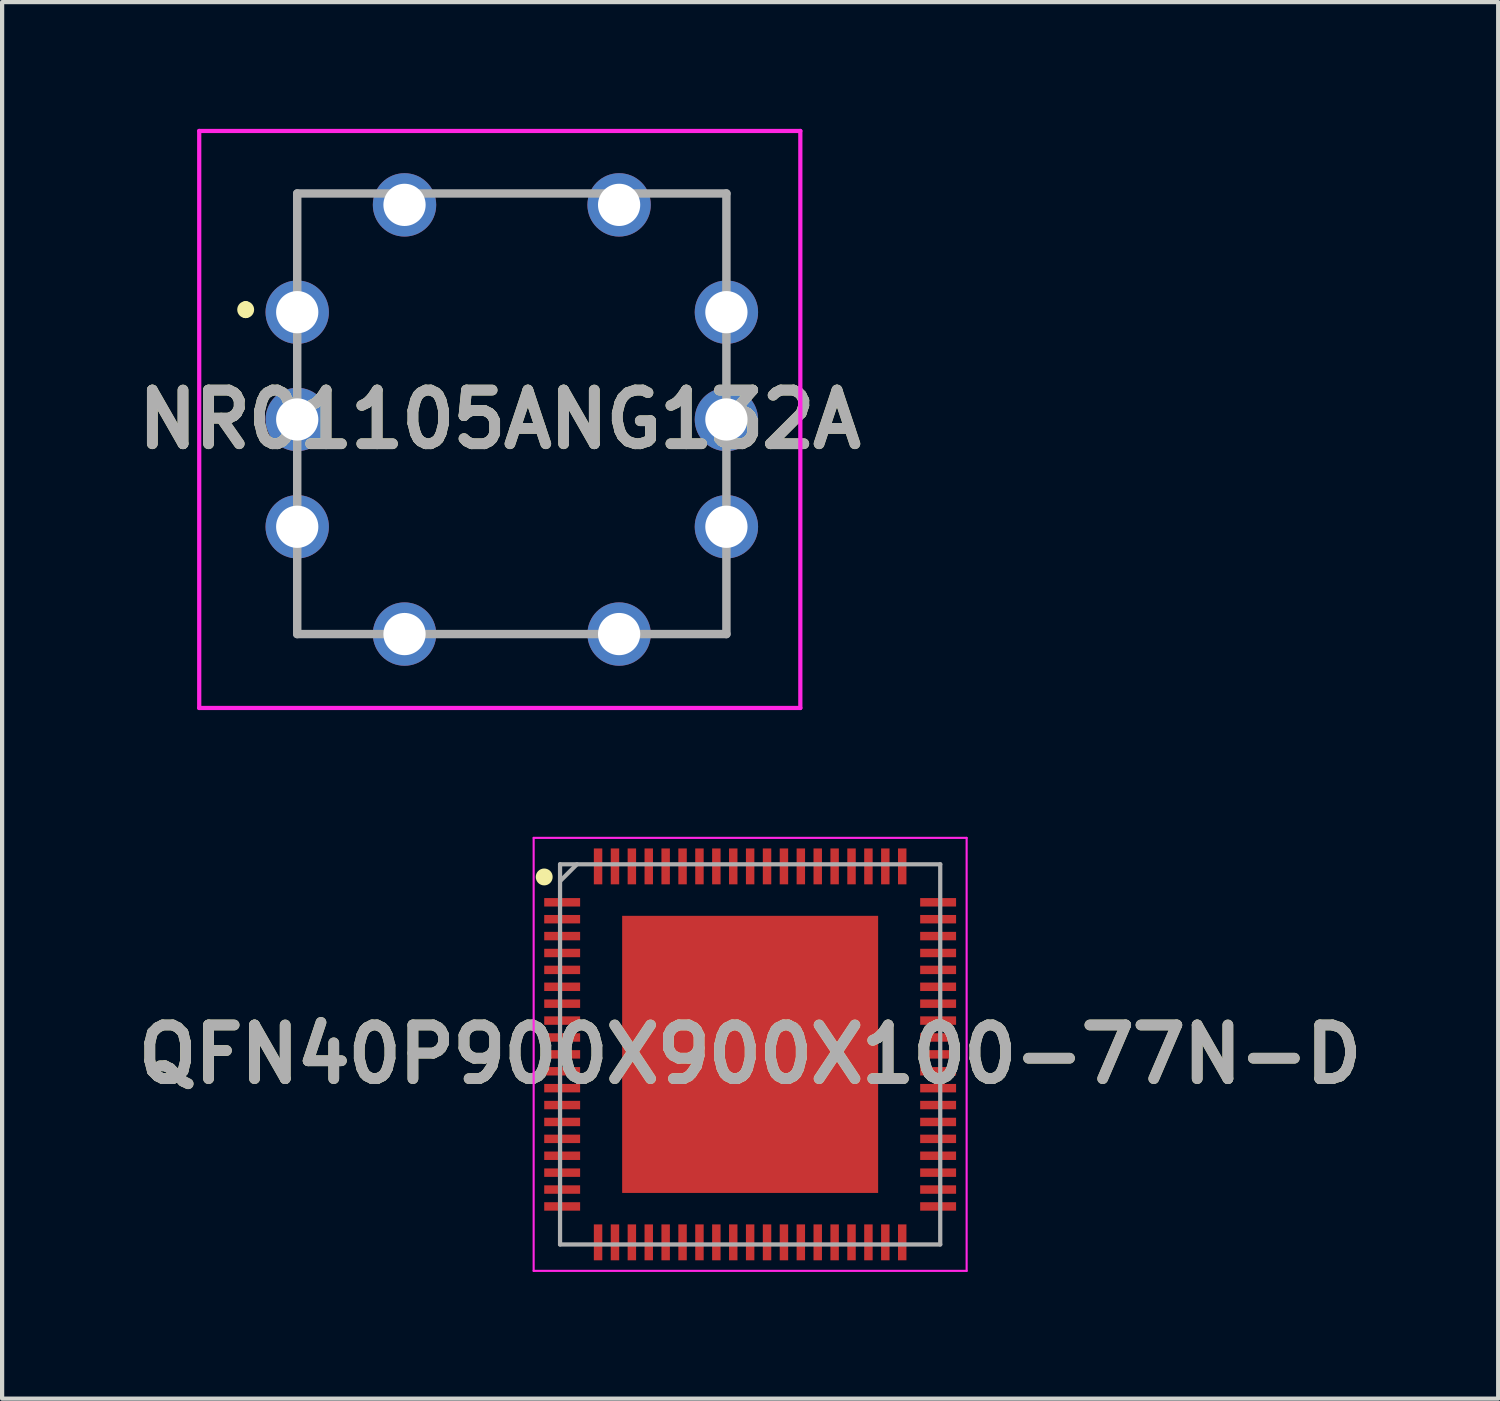
<source format=kicad_pcb>
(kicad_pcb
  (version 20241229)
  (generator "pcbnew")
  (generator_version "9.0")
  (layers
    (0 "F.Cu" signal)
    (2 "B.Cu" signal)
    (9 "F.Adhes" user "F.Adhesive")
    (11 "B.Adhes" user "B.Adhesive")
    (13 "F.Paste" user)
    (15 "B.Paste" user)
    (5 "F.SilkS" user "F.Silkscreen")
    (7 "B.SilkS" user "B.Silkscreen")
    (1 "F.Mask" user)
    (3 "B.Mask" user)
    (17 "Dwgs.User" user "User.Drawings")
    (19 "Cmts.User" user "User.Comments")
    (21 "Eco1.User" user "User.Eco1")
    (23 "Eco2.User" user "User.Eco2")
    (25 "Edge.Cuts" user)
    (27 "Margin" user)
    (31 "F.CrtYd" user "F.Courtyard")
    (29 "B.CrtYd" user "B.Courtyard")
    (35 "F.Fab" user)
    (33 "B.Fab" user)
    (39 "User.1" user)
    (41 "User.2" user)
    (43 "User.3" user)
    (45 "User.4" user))
  (footprint "NR01105ANG132A"
    (layer "F.Cu")
    (at 9.066 6.88)
    (property "Reference" "NR01105ANG132A" (at -0.285 0 0) (layer "F.SilkS") (effects (font (size 1.27 1.27) (thickness 0.254))))
    (attr through_hole)
    (fp_line (start -6.3 -2.7) (end -6.3 -2.7) (stroke (width 0.2) (type solid)) (layer "F.SilkS"))
    (fp_line (start -6.3 -2.5) (end -6.3 -2.5) (stroke (width 0.2) (type solid)) (layer "F.SilkS"))
    (fp_line (start -5.08 -5.35) (end -5.08 -3.5) (stroke (width 0.1) (type solid)) (layer "F.SilkS"))
    (fp_line (start -5.08 3.5) (end -5.08 5.08) (stroke (width 0.1) (type solid)) (layer "F.SilkS"))
    (fp_line (start -5.08 5.08) (end -3.5 5.08) (stroke (width 0.1) (type solid)) (layer "F.SilkS"))
    (fp_line (start -5 -5.35) (end -5.08 -5.35) (stroke (width 0.1) (type solid)) (layer "F.SilkS"))
    (fp_line (start -3.5 -5.35) (end -5 -5.35) (stroke (width 0.1) (type solid)) (layer "F.SilkS"))
    (fp_line (start -1.5 -5.35) (end 1.5 -5.35) (stroke (width 0.1) (type solid)) (layer "F.SilkS"))
    (fp_line (start -1.5 5.08) (end 1.5 5.08) (stroke (width 0.1) (type solid)) (layer "F.SilkS"))
    (fp_line (start 3.5 5.08) (end 5.08 5.08) (stroke (width 0.1) (type solid)) (layer "F.SilkS"))
    (fp_line (start 5.08 -5.35) (end 3.5 -5.35) (stroke (width 0.1) (type solid)) (layer "F.SilkS"))
    (fp_line (start 5.08 -3.5) (end 5.08 -5.35) (stroke (width 0.1) (type solid)) (layer "F.SilkS"))
    (fp_line (start 5.08 5.08) (end 5.08 3.5) (stroke (width 0.1) (type solid)) (layer "F.SilkS"))
    (fp_arc (start -6.3 -2.7) (mid -6.2 -2.6) (end -6.3 -2.5) (stroke (width 0.2) (type solid)) (layer "F.SilkS"))
    (fp_arc (start -6.3 -2.5) (mid -6.4 -2.6) (end -6.3 -2.7) (stroke (width 0.2) (type solid)) (layer "F.SilkS"))
    (fp_line (start -7.4 -6.83) (end 6.83 -6.83) (stroke (width 0.1) (type solid)) (layer "F.CrtYd"))
    (fp_line (start -7.4 6.83) (end -7.4 -6.83) (stroke (width 0.1) (type solid)) (layer "F.CrtYd"))
    (fp_line (start 6.83 -6.83) (end 6.83 6.83) (stroke (width 0.1) (type solid)) (layer "F.CrtYd"))
    (fp_line (start 6.83 6.83) (end -7.4 6.83) (stroke (width 0.1) (type solid)) (layer "F.CrtYd"))
    (fp_line (start -5.08 -5.35) (end 5.08 -5.35) (stroke (width 0.2) (type solid)) (layer "F.Fab"))
    (fp_line (start -5.08 5.08) (end -5.08 -5.35) (stroke (width 0.2) (type solid)) (layer "F.Fab"))
    (fp_line (start 5.08 -5.35) (end 5.08 5.08) (stroke (width 0.2) (type solid)) (layer "F.Fab"))
    (fp_line (start 5.08 5.08) (end -5.08 5.08) (stroke (width 0.2) (type solid)) (layer "F.Fab"))
    (fp_text user "${REFERENCE}" (at -0.285 0 0) (layer "F.Fab") (effects (font (size 1.27 1.27) (thickness 0.254))))
    (pad "1" thru_hole circle (at -5.08 -2.54) (size 1.5 1.5) (drill 1) (layers "*.Cu" "*.Mask"))
    (pad "2" thru_hole circle (at 5.08 -2.54) (size 1.5 1.5) (drill 1) (layers "*.Cu" "*.Mask"))
    (pad "3" thru_hole circle (at 5.08 0) (size 1.5 1.5) (drill 1) (layers "*.Cu" "*.Mask"))
    (pad "4" thru_hole circle (at 5.08 2.54) (size 1.5 1.5) (drill 1) (layers "*.Cu" "*.Mask"))
    (pad "5" thru_hole circle (at -5.08 2.54) (size 1.5 1.5) (drill 1) (layers "*.Cu" "*.Mask"))
    (pad "6" thru_hole circle (at -5.08 0) (size 1.5 1.5) (drill 1) (layers "*.Cu" "*.Mask"))
    (pad "7" thru_hole circle (at -2.54 -5.08) (size 1.5 1.5) (drill 1) (layers "*.Cu" "*.Mask"))
    (pad "8" thru_hole circle (at 2.54 -5.08) (size 1.5 1.5) (drill 1) (layers "*.Cu" "*.Mask"))
    (pad "9" thru_hole circle (at 2.54 5.08) (size 1.5 1.5) (drill 1) (layers "*.Cu" "*.Mask"))
    (pad "10" thru_hole circle (at -2.54 5.08) (size 1.5 1.5) (drill 1) (layers "*.Cu" "*.Mask")))
  (footprint "QFN40P900X900X100-77N-D"
    (layer "F.Cu")
    (at 14.708 21.91)
    (property "Reference" "QFN40P900X900X100-77N-D" (at 0 0 0) (layer "F.SilkS") (effects (font (size 1.27 1.27) (thickness 0.254))))
    (attr smd)
    (fp_circle (center -4.875 -4.2) (end -4.875 -4.1) (stroke (width 0.2) (type solid)) (fill no) (layer "F.SilkS"))
    (fp_line (start -5.125 -5.125) (end 5.125 -5.125) (stroke (width 0.05) (type solid)) (layer "F.CrtYd"))
    (fp_line (start -5.125 5.125) (end -5.125 -5.125) (stroke (width 0.05) (type solid)) (layer "F.CrtYd"))
    (fp_line (start 5.125 -5.125) (end 5.125 5.125) (stroke (width 0.05) (type solid)) (layer "F.CrtYd"))
    (fp_line (start 5.125 5.125) (end -5.125 5.125) (stroke (width 0.05) (type solid)) (layer "F.CrtYd"))
    (fp_line (start -4.5 -4.5) (end 4.5 -4.5) (stroke (width 0.1) (type solid)) (layer "F.Fab"))
    (fp_line (start -4.5 -4.1) (end -4.1 -4.5) (stroke (width 0.1) (type solid)) (layer "F.Fab"))
    (fp_line (start -4.5 4.5) (end -4.5 -4.5) (stroke (width 0.1) (type solid)) (layer "F.Fab"))
    (fp_line (start 4.5 -4.5) (end 4.5 4.5) (stroke (width 0.1) (type solid)) (layer "F.Fab"))
    (fp_line (start 4.5 4.5) (end -4.5 4.5) (stroke (width 0.1) (type solid)) (layer "F.Fab"))
    (fp_text user "${REFERENCE}" (at 0 0 0) (layer "F.Fab") (effects (font (size 1.27 1.27) (thickness 0.254))))
    (pad "1" smd rect (at -4.45 -3.6 90) (size 0.2 0.85) (layers "F.Cu" "F.Mask" "F.Paste"))
    (pad "2" smd rect (at -4.45 -3.2 90) (size 0.2 0.85) (layers "F.Cu" "F.Mask" "F.Paste"))
    (pad "3" smd rect (at -4.45 -2.8 90) (size 0.2 0.85) (layers "F.Cu" "F.Mask" "F.Paste"))
    (pad "4" smd rect (at -4.45 -2.4 90) (size 0.2 0.85) (layers "F.Cu" "F.Mask" "F.Paste"))
    (pad "5" smd rect (at -4.45 -2 90) (size 0.2 0.85) (layers "F.Cu" "F.Mask" "F.Paste"))
    (pad "6" smd rect (at -4.45 -1.6 90) (size 0.2 0.85) (layers "F.Cu" "F.Mask" "F.Paste"))
    (pad "7" smd rect (at -4.45 -1.2 90) (size 0.2 0.85) (layers "F.Cu" "F.Mask" "F.Paste"))
    (pad "8" smd rect (at -4.45 -0.8 90) (size 0.2 0.85) (layers "F.Cu" "F.Mask" "F.Paste"))
    (pad "9" smd rect (at -4.45 -0.4 90) (size 0.2 0.85) (layers "F.Cu" "F.Mask" "F.Paste"))
    (pad "10" smd rect (at -4.45 0 90) (size 0.2 0.85) (layers "F.Cu" "F.Mask" "F.Paste"))
    (pad "11" smd rect (at -4.45 0.4 90) (size 0.2 0.85) (layers "F.Cu" "F.Mask" "F.Paste"))
    (pad "12" smd rect (at -4.45 0.8 90) (size 0.2 0.85) (layers "F.Cu" "F.Mask" "F.Paste"))
    (pad "13" smd rect (at -4.45 1.2 90) (size 0.2 0.85) (layers "F.Cu" "F.Mask" "F.Paste"))
    (pad "14" smd rect (at -4.45 1.6 90) (size 0.2 0.85) (layers "F.Cu" "F.Mask" "F.Paste"))
    (pad "15" smd rect (at -4.45 2 90) (size 0.2 0.85) (layers "F.Cu" "F.Mask" "F.Paste"))
    (pad "16" smd rect (at -4.45 2.4 90) (size 0.2 0.85) (layers "F.Cu" "F.Mask" "F.Paste"))
    (pad "17" smd rect (at -4.45 2.8 90) (size 0.2 0.85) (layers "F.Cu" "F.Mask" "F.Paste"))
    (pad "18" smd rect (at -4.45 3.2 90) (size 0.2 0.85) (layers "F.Cu" "F.Mask" "F.Paste"))
    (pad "19" smd rect (at -4.45 3.6 90) (size 0.2 0.85) (layers "F.Cu" "F.Mask" "F.Paste"))
    (pad "20" smd rect (at -3.6 4.45) (size 0.2 0.85) (layers "F.Cu" "F.Mask" "F.Paste"))
    (pad "21" smd rect (at -3.2 4.45) (size 0.2 0.85) (layers "F.Cu" "F.Mask" "F.Paste"))
    (pad "22" smd rect (at -2.8 4.45) (size 0.2 0.85) (layers "F.Cu" "F.Mask" "F.Paste"))
    (pad "23" smd rect (at -2.4 4.45) (size 0.2 0.85) (layers "F.Cu" "F.Mask" "F.Paste"))
    (pad "24" smd rect (at -2 4.45) (size 0.2 0.85) (layers "F.Cu" "F.Mask" "F.Paste"))
    (pad "25" smd rect (at -1.6 4.45) (size 0.2 0.85) (layers "F.Cu" "F.Mask" "F.Paste"))
    (pad "26" smd rect (at -1.2 4.45) (size 0.2 0.85) (layers "F.Cu" "F.Mask" "F.Paste"))
    (pad "27" smd rect (at -0.8 4.45) (size 0.2 0.85) (layers "F.Cu" "F.Mask" "F.Paste"))
    (pad "28" smd rect (at -0.4 4.45) (size 0.2 0.85) (layers "F.Cu" "F.Mask" "F.Paste"))
    (pad "29" smd rect (at 0 4.45) (size 0.2 0.85) (layers "F.Cu" "F.Mask" "F.Paste"))
    (pad "30" smd rect (at 0.4 4.45) (size 0.2 0.85) (layers "F.Cu" "F.Mask" "F.Paste"))
    (pad "31" smd rect (at 0.8 4.45) (size 0.2 0.85) (layers "F.Cu" "F.Mask" "F.Paste"))
    (pad "32" smd rect (at 1.2 4.45) (size 0.2 0.85) (layers "F.Cu" "F.Mask" "F.Paste"))
    (pad "33" smd rect (at 1.6 4.45) (size 0.2 0.85) (layers "F.Cu" "F.Mask" "F.Paste"))
    (pad "34" smd rect (at 2 4.45) (size 0.2 0.85) (layers "F.Cu" "F.Mask" "F.Paste"))
    (pad "35" smd rect (at 2.4 4.45) (size 0.2 0.85) (layers "F.Cu" "F.Mask" "F.Paste"))
    (pad "36" smd rect (at 2.8 4.45) (size 0.2 0.85) (layers "F.Cu" "F.Mask" "F.Paste"))
    (pad "37" smd rect (at 3.2 4.45) (size 0.2 0.85) (layers "F.Cu" "F.Mask" "F.Paste"))
    (pad "38" smd rect (at 3.6 4.45) (size 0.2 0.85) (layers "F.Cu" "F.Mask" "F.Paste"))
    (pad "39" smd rect (at 4.45 3.6 90) (size 0.2 0.85) (layers "F.Cu" "F.Mask" "F.Paste"))
    (pad "40" smd rect (at 4.45 3.2 90) (size 0.2 0.85) (layers "F.Cu" "F.Mask" "F.Paste"))
    (pad "41" smd rect (at 4.45 2.8 90) (size 0.2 0.85) (layers "F.Cu" "F.Mask" "F.Paste"))
    (pad "42" smd rect (at 4.45 2.4 90) (size 0.2 0.85) (layers "F.Cu" "F.Mask" "F.Paste"))
    (pad "43" smd rect (at 4.45 2 90) (size 0.2 0.85) (layers "F.Cu" "F.Mask" "F.Paste"))
    (pad "44" smd rect (at 4.45 1.6 90) (size 0.2 0.85) (layers "F.Cu" "F.Mask" "F.Paste"))
    (pad "45" smd rect (at 4.45 1.2 90) (size 0.2 0.85) (layers "F.Cu" "F.Mask" "F.Paste"))
    (pad "46" smd rect (at 4.45 0.8 90) (size 0.2 0.85) (layers "F.Cu" "F.Mask" "F.Paste"))
    (pad "47" smd rect (at 4.45 0.4 90) (size 0.2 0.85) (layers "F.Cu" "F.Mask" "F.Paste"))
    (pad "48" smd rect (at 4.45 0 90) (size 0.2 0.85) (layers "F.Cu" "F.Mask" "F.Paste"))
    (pad "49" smd rect (at 4.45 -0.4 90) (size 0.2 0.85) (layers "F.Cu" "F.Mask" "F.Paste"))
    (pad "50" smd rect (at 4.45 -0.8 90) (size 0.2 0.85) (layers "F.Cu" "F.Mask" "F.Paste"))
    (pad "51" smd rect (at 4.45 -1.2 90) (size 0.2 0.85) (layers "F.Cu" "F.Mask" "F.Paste"))
    (pad "52" smd rect (at 4.45 -1.6 90) (size 0.2 0.85) (layers "F.Cu" "F.Mask" "F.Paste"))
    (pad "53" smd rect (at 4.45 -2 90) (size 0.2 0.85) (layers "F.Cu" "F.Mask" "F.Paste"))
    (pad "54" smd rect (at 4.45 -2.4 90) (size 0.2 0.85) (layers "F.Cu" "F.Mask" "F.Paste"))
    (pad "55" smd rect (at 4.45 -2.8 90) (size 0.2 0.85) (layers "F.Cu" "F.Mask" "F.Paste"))
    (pad "56" smd rect (at 4.45 -3.2 90) (size 0.2 0.85) (layers "F.Cu" "F.Mask" "F.Paste"))
    (pad "57" smd rect (at 4.45 -3.6 90) (size 0.2 0.85) (layers "F.Cu" "F.Mask" "F.Paste"))
    (pad "58" smd rect (at 3.6 -4.45) (size 0.2 0.85) (layers "F.Cu" "F.Mask" "F.Paste"))
    (pad "59" smd rect (at 3.2 -4.45) (size 0.2 0.85) (layers "F.Cu" "F.Mask" "F.Paste"))
    (pad "60" smd rect (at 2.8 -4.45) (size 0.2 0.85) (layers "F.Cu" "F.Mask" "F.Paste"))
    (pad "61" smd rect (at 2.4 -4.45) (size 0.2 0.85) (layers "F.Cu" "F.Mask" "F.Paste"))
    (pad "62" smd rect (at 2 -4.45) (size 0.2 0.85) (layers "F.Cu" "F.Mask" "F.Paste"))
    (pad "63" smd rect (at 1.6 -4.45) (size 0.2 0.85) (layers "F.Cu" "F.Mask" "F.Paste"))
    (pad "64" smd rect (at 1.2 -4.45) (size 0.2 0.85) (layers "F.Cu" "F.Mask" "F.Paste"))
    (pad "65" smd rect (at 0.8 -4.45) (size 0.2 0.85) (layers "F.Cu" "F.Mask" "F.Paste"))
    (pad "66" smd rect (at 0.4 -4.45) (size 0.2 0.85) (layers "F.Cu" "F.Mask" "F.Paste"))
    (pad "67" smd rect (at 0 -4.45) (size 0.2 0.85) (layers "F.Cu" "F.Mask" "F.Paste"))
    (pad "68" smd rect (at -0.4 -4.45) (size 0.2 0.85) (layers "F.Cu" "F.Mask" "F.Paste"))
    (pad "69" smd rect (at -0.8 -4.45) (size 0.2 0.85) (layers "F.Cu" "F.Mask" "F.Paste"))
    (pad "70" smd rect (at -1.2 -4.45) (size 0.2 0.85) (layers "F.Cu" "F.Mask" "F.Paste"))
    (pad "71" smd rect (at -1.6 -4.45) (size 0.2 0.85) (layers "F.Cu" "F.Mask" "F.Paste"))
    (pad "72" smd rect (at -2 -4.45) (size 0.2 0.85) (layers "F.Cu" "F.Mask" "F.Paste"))
    (pad "73" smd rect (at -2.4 -4.45) (size 0.2 0.85) (layers "F.Cu" "F.Mask" "F.Paste"))
    (pad "74" smd rect (at -2.8 -4.45) (size 0.2 0.85) (layers "F.Cu" "F.Mask" "F.Paste"))
    (pad "75" smd rect (at -3.2 -4.45) (size 0.2 0.85) (layers "F.Cu" "F.Mask" "F.Paste"))
    (pad "76" smd rect (at -3.6 -4.45) (size 0.2 0.85) (layers "F.Cu" "F.Mask" "F.Paste"))
    (pad "77" smd rect (at 0 0) (size 6.06 6.56) (layers "F.Cu" "F.Mask" "F.Paste")))
  (gr_rect
    (start -3 -3)
    (end 32.416 30.06)
    (stroke (width 0.1) (type default))
    (fill no)
    (layer "Edge.Cuts")))
</source>
